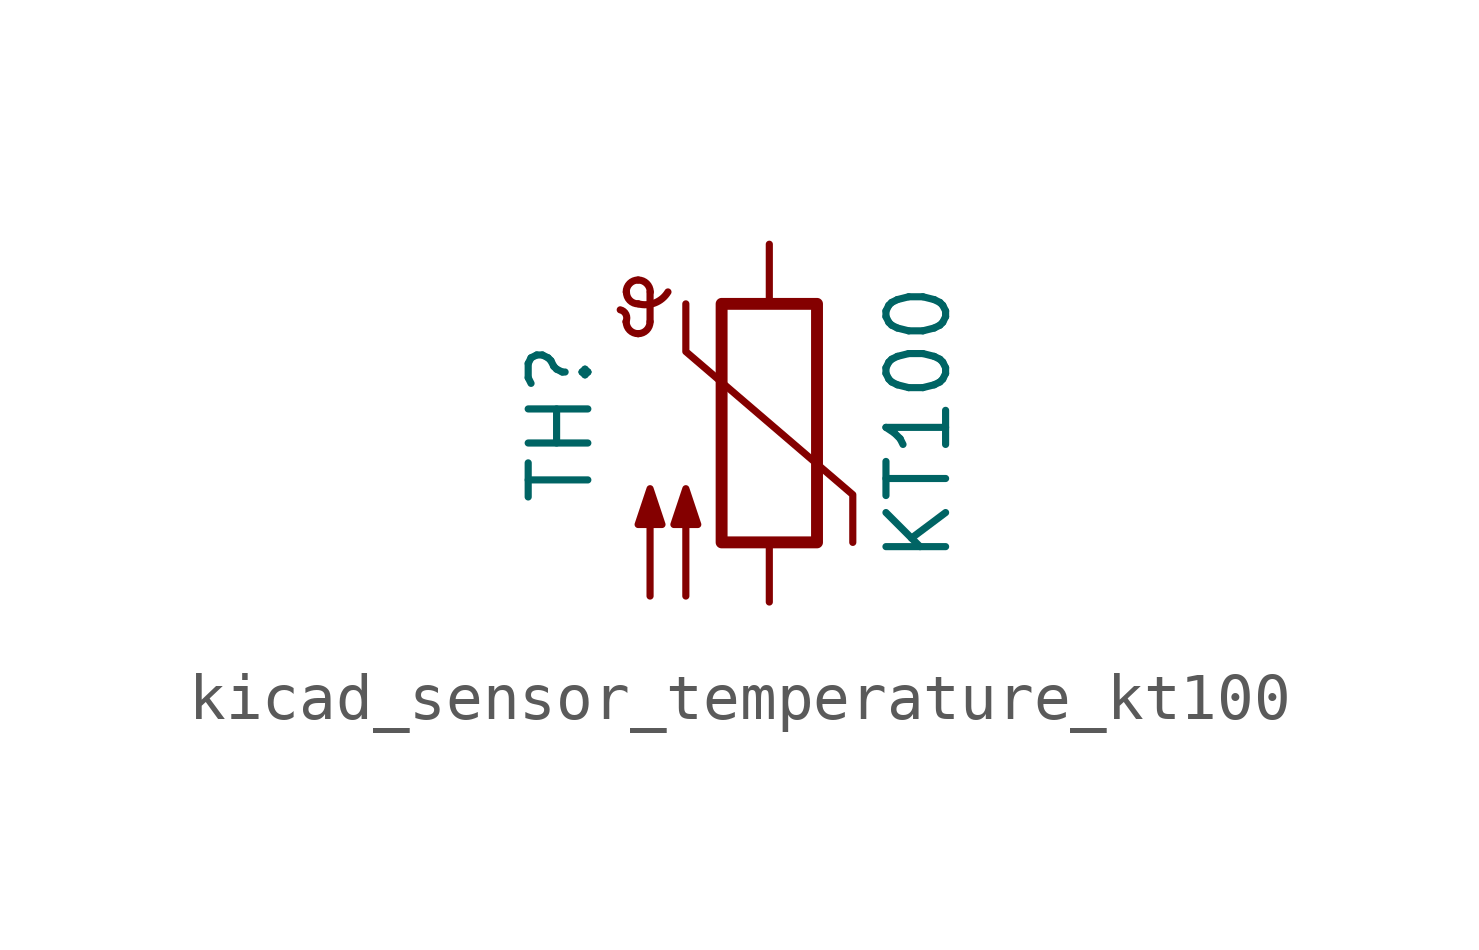
<source format=kicad_sym>
(kicad_symbol_lib
  (version 20220914)
  (generator kicad_symbol_editor)
  (symbol "kicad_sensor_temperature_kt100"
    (pin_numbers hide)
    (pin_names
      (offset 0))
    (property "Reference" "TH"
      (at -4.445 0 90)
      (effects (font (size 1.27 1.27))))
    (property "Value" "KT100"
      (at 3.175 0 90)
      (effects (font (size 1.27 1.27))))
    (symbol "kicad_sensor_temperature_kt100_0_1"
      (arc (start -3.048 2.159) (mid -3.0495 2.3143) (end -3.175 2.413) (stroke (width 0) (type default)) (fill (type none)))
      (arc (start -3.048 2.159) (mid -2.9736 1.9794) (end -2.794 1.905) (stroke (width 0) (type default)) (fill (type none)))
      (arc (start -3.048 2.794) (mid -2.9736 2.6144) (end -2.794 2.54) (stroke (width 0) (type default)) (fill (type none)))
      (arc (start -2.794 1.905) (mid -2.6144 1.9794) (end -2.54 2.159) (stroke (width 0) (type default)) (fill (type none)))
      (arc (start -2.794 2.54) (mid -2.4393 2.5587) (end -2.159 2.794) (stroke (width 0) (type default)) (fill (type none)))
      (arc (start -2.794 3.048) (mid -2.9736 2.9736) (end -3.048 2.794) (stroke (width 0) (type default)) (fill (type none)))
      (arc (start -2.54 2.794) (mid -2.6144 2.9736) (end -2.794 3.048) (stroke (width 0) (type default)) (fill (type none)))
      (rectangle (start -1.016 2.54) (end 1.016 -2.54) (stroke (width 0.254) (type default)) (fill (type none)))
      (polyline (pts (xy -2.54 2.159) (xy -2.54 2.794)) (stroke (width 0) (type default)) (fill (type none)))
      (polyline (pts (xy -1.778 2.54) (xy -1.778 1.524) (xy 1.778 -1.524) (xy 1.778 -2.54)) (stroke (width 0) (type default)) (fill (type none)))
      (polyline (pts (xy -2.54 -3.683) (xy -2.54 -1.397) (xy -2.794 -2.159) (xy -2.286 -2.159) (xy -2.54 -1.397) (xy -2.54 -1.651)) (stroke (width 0) (type default)) (fill (type outline)))
      (polyline (pts (xy -1.778 -3.683) (xy -1.778 -1.397) (xy -2.032 -2.159) (xy -1.524 -2.159) (xy -1.778 -1.397) (xy -1.778 -1.651)) (stroke (width 0) (type default)) (fill (type outline))))
    (symbol "kicad_sensor_temperature_kt100_1_1"
      (pin passive line (at 0 3.81 270) (length 1.27) (name "~" (effects (font (size 1.27 1.27)))) (number "1" (effects (font (size 1.27 1.27)))))
      (pin passive line (at 0 -3.81 90) (length 1.27) (name "~" (effects (font (size 1.27 1.27)))) (number "2" (effects (font (size 1.27 1.27))))))))
</source>
